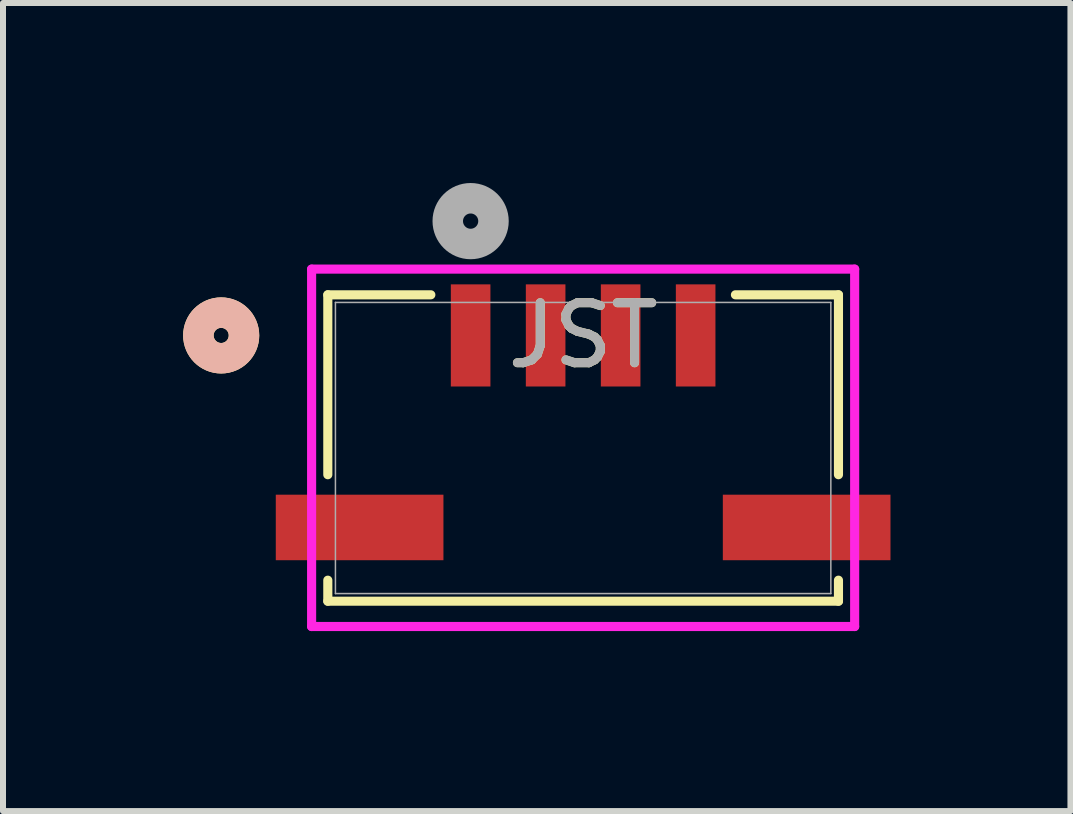
<source format=kicad_pcb>
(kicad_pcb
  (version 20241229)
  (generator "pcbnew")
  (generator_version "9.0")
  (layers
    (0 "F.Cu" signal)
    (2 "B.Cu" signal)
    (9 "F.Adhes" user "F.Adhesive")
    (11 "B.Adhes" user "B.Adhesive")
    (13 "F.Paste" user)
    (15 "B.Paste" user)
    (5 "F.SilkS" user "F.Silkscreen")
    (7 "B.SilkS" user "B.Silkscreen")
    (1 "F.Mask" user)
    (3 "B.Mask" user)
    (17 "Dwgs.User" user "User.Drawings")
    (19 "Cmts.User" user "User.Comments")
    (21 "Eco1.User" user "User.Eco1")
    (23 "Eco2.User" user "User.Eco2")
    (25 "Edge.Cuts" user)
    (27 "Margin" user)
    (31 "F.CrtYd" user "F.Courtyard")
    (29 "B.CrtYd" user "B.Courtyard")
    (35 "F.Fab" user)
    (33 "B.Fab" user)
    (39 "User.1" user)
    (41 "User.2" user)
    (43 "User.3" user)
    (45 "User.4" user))
  (footprint "JST"
    (layer "F.Cu")
    (at 6.668 4.416)
    (property "Reference" "JST" (at 0 -1.876 0) (unlocked yes) (layer "F.SilkS") (effects (font (size 1 1) (thickness 0.15))))
    (attr smd)
    (fp_line (start -4.255 -2.553) (end -4.255 0.445) (stroke (width 0.152) (type solid)) (layer "F.SilkS"))
    (fp_line (start -4.255 2.203) (end -4.255 2.553) (stroke (width 0.152) (type solid)) (layer "F.SilkS"))
    (fp_line (start -4.255 2.553) (end 4.255 2.553) (stroke (width 0.152) (type solid)) (layer "F.SilkS"))
    (fp_line (start -2.538 -2.553) (end -4.255 -2.553) (stroke (width 0.152) (type solid)) (layer "F.SilkS"))
    (fp_line (start 4.255 -2.553) (end 2.538 -2.553) (stroke (width 0.152) (type solid)) (layer "F.SilkS"))
    (fp_line (start 4.255 0.445) (end 4.255 -2.553) (stroke (width 0.152) (type solid)) (layer "F.SilkS"))
    (fp_line (start 4.255 2.553) (end 4.255 2.203) (stroke (width 0.152) (type solid)) (layer "F.SilkS"))
    (fp_circle (center -6.032 -1.876) (end -5.652 -1.876) (stroke (width 0.508) (type solid)) (fill no) (layer "F.SilkS"))
    (fp_circle (center -6.032 -1.876) (end -5.652 -1.876) (stroke (width 0.508) (type solid)) (fill no) (layer "B.SilkS"))
    (fp_line (start -4.525 -2.981) (end -4.525 2.975) (stroke (width 0.152) (type solid)) (layer "F.CrtYd"))
    (fp_line (start -4.525 2.975) (end 4.525 2.975) (stroke (width 0.152) (type solid)) (layer "F.CrtYd"))
    (fp_line (start 4.525 -2.981) (end -4.525 -2.981) (stroke (width 0.152) (type solid)) (layer "F.CrtYd"))
    (fp_line (start 4.525 2.975) (end 4.525 -2.981) (stroke (width 0.152) (type solid)) (layer "F.CrtYd"))
    (fp_line (start -4.128 -2.426) (end -4.128 2.426) (stroke (width 0.025) (type solid)) (layer "F.Fab"))
    (fp_line (start -4.128 2.426) (end 4.128 2.426) (stroke (width 0.025) (type solid)) (layer "F.Fab"))
    (fp_line (start 4.128 -2.426) (end -4.128 -2.426) (stroke (width 0.025) (type solid)) (layer "F.Fab"))
    (fp_line (start 4.128 2.426) (end 4.128 -2.426) (stroke (width 0.025) (type solid)) (layer "F.Fab"))
    (fp_circle (center -1.875 -3.781) (end -1.494 -3.781) (stroke (width 0.508) (type solid)) (fill no) (layer "F.Fab"))
    (fp_text user "${REFERENCE}" (at 0 -1.876 0) (unlocked yes) (layer "F.Fab") (effects (font (size 1 1) (thickness 0.15))))
    (pad "1" smd rect (at -1.875 -1.876) (size 0.66 1.702) (layers "F.Cu" "F.Mask" "F.Paste"))
    (pad "2" smd rect (at -0.625 -1.876) (size 0.66 1.702) (layers "F.Cu" "F.Mask" "F.Paste"))
    (pad "3" smd rect (at 0.625 -1.876) (size 0.66 1.702) (layers "F.Cu" "F.Mask" "F.Paste"))
    (pad "4" smd rect (at 1.875 -1.876) (size 0.66 1.702) (layers "F.Cu" "F.Mask" "F.Paste"))
    (pad "5" smd rect (at -3.725 1.324 90) (size 1.092 2.794) (layers "F.Cu" "F.Mask" "F.Paste"))
    (pad "6" smd rect (at 3.725 1.324 90) (size 1.092 2.794) (layers "F.Cu" "F.Mask" "F.Paste")))
  (gr_rect
    (start -3 -3)
    (end 14.789 10.467)
    (stroke (width 0.1) (type default))
    (fill no)
    (layer "Edge.Cuts")))
</source>
